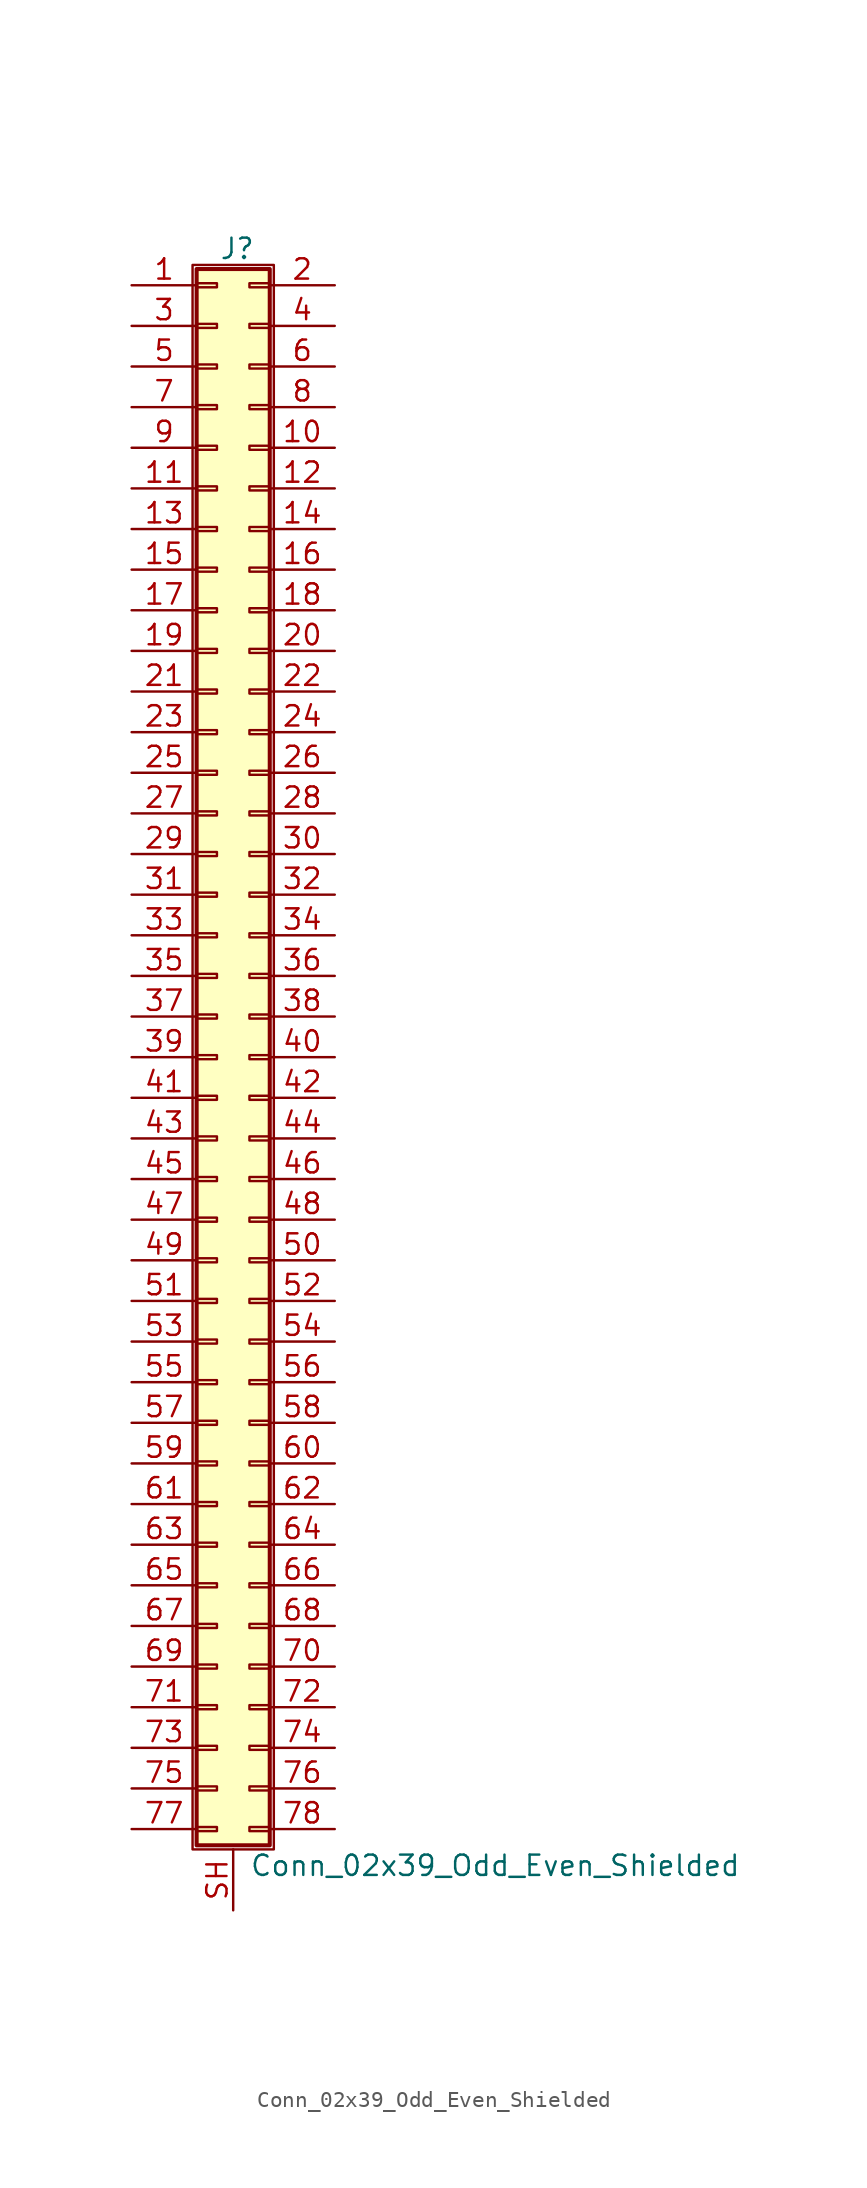
<source format=kicad_sym>
(kicad_symbol_lib
  (version 20211014)
  (generator kicad_symbol_editor)
  (symbol "Conn_02x39_Odd_Even_Shielded"
    (pin_names
      (offset 1.016) hide)
    (property "Reference" "J"
      (at 1.524 50.546 0)
      (effects (font (size 1.27 1.27))))
    (property "Value" "Conn_02x39_Odd_Even_Shielded"
      (at 2.286 -50.546 0)
      (effects (font (size 1.27 1.27)) (justify left)))
    (symbol "Conn_02x39_Odd_Even_Shielded_1_1"
      (rectangle (start -1.27 49.53) (end 3.81 -49.53) (stroke (width 0.152) (type default) (color 0 0 0 0)) (fill (type none)))
      (rectangle (start -1.016 -48.133) (end 0.254 -48.387) (stroke (width 0.152) (type default) (color 0 0 0 0)) (fill (type none)))
      (rectangle (start -1.016 -45.593) (end 0.254 -45.847) (stroke (width 0.152) (type default) (color 0 0 0 0)) (fill (type none)))
      (rectangle (start -1.016 -43.053) (end 0.254 -43.307) (stroke (width 0.152) (type default) (color 0 0 0 0)) (fill (type none)))
      (rectangle (start -1.016 -40.513) (end 0.254 -40.767) (stroke (width 0.152) (type default) (color 0 0 0 0)) (fill (type none)))
      (rectangle (start -1.016 -37.973) (end 0.254 -38.227) (stroke (width 0.152) (type default) (color 0 0 0 0)) (fill (type none)))
      (rectangle (start -1.016 -35.433) (end 0.254 -35.687) (stroke (width 0.152) (type default) (color 0 0 0 0)) (fill (type none)))
      (rectangle (start -1.016 -32.893) (end 0.254 -33.147) (stroke (width 0.152) (type default) (color 0 0 0 0)) (fill (type none)))
      (rectangle (start -1.016 -30.353) (end 0.254 -30.607) (stroke (width 0.152) (type default) (color 0 0 0 0)) (fill (type none)))
      (rectangle (start -1.016 -27.813) (end 0.254 -28.067) (stroke (width 0.152) (type default) (color 0 0 0 0)) (fill (type none)))
      (rectangle (start -1.016 -25.273) (end 0.254 -25.527) (stroke (width 0.152) (type default) (color 0 0 0 0)) (fill (type none)))
      (rectangle (start -1.016 -22.733) (end 0.254 -22.987) (stroke (width 0.152) (type default) (color 0 0 0 0)) (fill (type none)))
      (rectangle (start -1.016 -20.193) (end 0.254 -20.447) (stroke (width 0.152) (type default) (color 0 0 0 0)) (fill (type none)))
      (rectangle (start -1.016 -17.653) (end 0.254 -17.907) (stroke (width 0.152) (type default) (color 0 0 0 0)) (fill (type none)))
      (rectangle (start -1.016 -15.113) (end 0.254 -15.367) (stroke (width 0.152) (type default) (color 0 0 0 0)) (fill (type none)))
      (rectangle (start -1.016 -12.573) (end 0.254 -12.827) (stroke (width 0.152) (type default) (color 0 0 0 0)) (fill (type none)))
      (rectangle (start -1.016 -10.033) (end 0.254 -10.287) (stroke (width 0.152) (type default) (color 0 0 0 0)) (fill (type none)))
      (rectangle (start -1.016 -7.493) (end 0.254 -7.747) (stroke (width 0.152) (type default) (color 0 0 0 0)) (fill (type none)))
      (rectangle (start -1.016 -4.953) (end 0.254 -5.207) (stroke (width 0.152) (type default) (color 0 0 0 0)) (fill (type none)))
      (rectangle (start -1.016 -2.413) (end 0.254 -2.667) (stroke (width 0.152) (type default) (color 0 0 0 0)) (fill (type none)))
      (rectangle (start -1.016 0.127) (end 0.254 -0.127) (stroke (width 0.152) (type default) (color 0 0 0 0)) (fill (type none)))
      (rectangle (start -1.016 2.667) (end 0.254 2.413) (stroke (width 0.152) (type default) (color 0 0 0 0)) (fill (type none)))
      (rectangle (start -1.016 5.207) (end 0.254 4.953) (stroke (width 0.152) (type default) (color 0 0 0 0)) (fill (type none)))
      (rectangle (start -1.016 7.747) (end 0.254 7.493) (stroke (width 0.152) (type default) (color 0 0 0 0)) (fill (type none)))
      (rectangle (start -1.016 10.287) (end 0.254 10.033) (stroke (width 0.152) (type default) (color 0 0 0 0)) (fill (type none)))
      (rectangle (start -1.016 12.827) (end 0.254 12.573) (stroke (width 0.152) (type default) (color 0 0 0 0)) (fill (type none)))
      (rectangle (start -1.016 15.367) (end 0.254 15.113) (stroke (width 0.152) (type default) (color 0 0 0 0)) (fill (type none)))
      (rectangle (start -1.016 17.907) (end 0.254 17.653) (stroke (width 0.152) (type default) (color 0 0 0 0)) (fill (type none)))
      (rectangle (start -1.016 20.447) (end 0.254 20.193) (stroke (width 0.152) (type default) (color 0 0 0 0)) (fill (type none)))
      (rectangle (start -1.016 22.987) (end 0.254 22.733) (stroke (width 0.152) (type default) (color 0 0 0 0)) (fill (type none)))
      (rectangle (start -1.016 25.527) (end 0.254 25.273) (stroke (width 0.152) (type default) (color 0 0 0 0)) (fill (type none)))
      (rectangle (start -1.016 28.067) (end 0.254 27.813) (stroke (width 0.152) (type default) (color 0 0 0 0)) (fill (type none)))
      (rectangle (start -1.016 30.607) (end 0.254 30.353) (stroke (width 0.152) (type default) (color 0 0 0 0)) (fill (type none)))
      (rectangle (start -1.016 33.147) (end 0.254 32.893) (stroke (width 0.152) (type default) (color 0 0 0 0)) (fill (type none)))
      (rectangle (start -1.016 35.687) (end 0.254 35.433) (stroke (width 0.152) (type default) (color 0 0 0 0)) (fill (type none)))
      (rectangle (start -1.016 38.227) (end 0.254 37.973) (stroke (width 0.152) (type default) (color 0 0 0 0)) (fill (type none)))
      (rectangle (start -1.016 40.767) (end 0.254 40.513) (stroke (width 0.152) (type default) (color 0 0 0 0)) (fill (type none)))
      (rectangle (start -1.016 43.307) (end 0.254 43.053) (stroke (width 0.152) (type default) (color 0 0 0 0)) (fill (type none)))
      (rectangle (start -1.016 45.847) (end 0.254 45.593) (stroke (width 0.152) (type default) (color 0 0 0 0)) (fill (type none)))
      (rectangle (start -1.016 48.387) (end 0.254 48.133) (stroke (width 0.152) (type default) (color 0 0 0 0)) (fill (type none)))
      (rectangle (start -1.016 49.276) (end 3.556 -49.276) (stroke (width 0.254) (type default) (color 0 0 0 0)) (fill (type background)))
      (rectangle (start 3.556 -48.133) (end 2.286 -48.387) (stroke (width 0.152) (type default) (color 0 0 0 0)) (fill (type none)))
      (rectangle (start 3.556 -45.593) (end 2.286 -45.847) (stroke (width 0.152) (type default) (color 0 0 0 0)) (fill (type none)))
      (rectangle (start 3.556 -43.053) (end 2.286 -43.307) (stroke (width 0.152) (type default) (color 0 0 0 0)) (fill (type none)))
      (rectangle (start 3.556 -40.513) (end 2.286 -40.767) (stroke (width 0.152) (type default) (color 0 0 0 0)) (fill (type none)))
      (rectangle (start 3.556 -37.973) (end 2.286 -38.227) (stroke (width 0.152) (type default) (color 0 0 0 0)) (fill (type none)))
      (rectangle (start 3.556 -35.433) (end 2.286 -35.687) (stroke (width 0.152) (type default) (color 0 0 0 0)) (fill (type none)))
      (rectangle (start 3.556 -32.893) (end 2.286 -33.147) (stroke (width 0.152) (type default) (color 0 0 0 0)) (fill (type none)))
      (rectangle (start 3.556 -30.353) (end 2.286 -30.607) (stroke (width 0.152) (type default) (color 0 0 0 0)) (fill (type none)))
      (rectangle (start 3.556 -27.813) (end 2.286 -28.067) (stroke (width 0.152) (type default) (color 0 0 0 0)) (fill (type none)))
      (rectangle (start 3.556 -25.273) (end 2.286 -25.527) (stroke (width 0.152) (type default) (color 0 0 0 0)) (fill (type none)))
      (rectangle (start 3.556 -22.733) (end 2.286 -22.987) (stroke (width 0.152) (type default) (color 0 0 0 0)) (fill (type none)))
      (rectangle (start 3.556 -20.193) (end 2.286 -20.447) (stroke (width 0.152) (type default) (color 0 0 0 0)) (fill (type none)))
      (rectangle (start 3.556 -17.653) (end 2.286 -17.907) (stroke (width 0.152) (type default) (color 0 0 0 0)) (fill (type none)))
      (rectangle (start 3.556 -15.113) (end 2.286 -15.367) (stroke (width 0.152) (type default) (color 0 0 0 0)) (fill (type none)))
      (rectangle (start 3.556 -12.573) (end 2.286 -12.827) (stroke (width 0.152) (type default) (color 0 0 0 0)) (fill (type none)))
      (rectangle (start 3.556 -10.033) (end 2.286 -10.287) (stroke (width 0.152) (type default) (color 0 0 0 0)) (fill (type none)))
      (rectangle (start 3.556 -7.493) (end 2.286 -7.747) (stroke (width 0.152) (type default) (color 0 0 0 0)) (fill (type none)))
      (rectangle (start 3.556 -4.953) (end 2.286 -5.207) (stroke (width 0.152) (type default) (color 0 0 0 0)) (fill (type none)))
      (rectangle (start 3.556 -2.413) (end 2.286 -2.667) (stroke (width 0.152) (type default) (color 0 0 0 0)) (fill (type none)))
      (rectangle (start 3.556 0.127) (end 2.286 -0.127) (stroke (width 0.152) (type default) (color 0 0 0 0)) (fill (type none)))
      (rectangle (start 3.556 2.667) (end 2.286 2.413) (stroke (width 0.152) (type default) (color 0 0 0 0)) (fill (type none)))
      (rectangle (start 3.556 5.207) (end 2.286 4.953) (stroke (width 0.152) (type default) (color 0 0 0 0)) (fill (type none)))
      (rectangle (start 3.556 7.747) (end 2.286 7.493) (stroke (width 0.152) (type default) (color 0 0 0 0)) (fill (type none)))
      (rectangle (start 3.556 10.287) (end 2.286 10.033) (stroke (width 0.152) (type default) (color 0 0 0 0)) (fill (type none)))
      (rectangle (start 3.556 12.827) (end 2.286 12.573) (stroke (width 0.152) (type default) (color 0 0 0 0)) (fill (type none)))
      (rectangle (start 3.556 15.367) (end 2.286 15.113) (stroke (width 0.152) (type default) (color 0 0 0 0)) (fill (type none)))
      (rectangle (start 3.556 17.907) (end 2.286 17.653) (stroke (width 0.152) (type default) (color 0 0 0 0)) (fill (type none)))
      (rectangle (start 3.556 20.447) (end 2.286 20.193) (stroke (width 0.152) (type default) (color 0 0 0 0)) (fill (type none)))
      (rectangle (start 3.556 22.987) (end 2.286 22.733) (stroke (width 0.152) (type default) (color 0 0 0 0)) (fill (type none)))
      (rectangle (start 3.556 25.527) (end 2.286 25.273) (stroke (width 0.152) (type default) (color 0 0 0 0)) (fill (type none)))
      (rectangle (start 3.556 28.067) (end 2.286 27.813) (stroke (width 0.152) (type default) (color 0 0 0 0)) (fill (type none)))
      (rectangle (start 3.556 30.607) (end 2.286 30.353) (stroke (width 0.152) (type default) (color 0 0 0 0)) (fill (type none)))
      (rectangle (start 3.556 33.147) (end 2.286 32.893) (stroke (width 0.152) (type default) (color 0 0 0 0)) (fill (type none)))
      (rectangle (start 3.556 35.687) (end 2.286 35.433) (stroke (width 0.152) (type default) (color 0 0 0 0)) (fill (type none)))
      (rectangle (start 3.556 38.227) (end 2.286 37.973) (stroke (width 0.152) (type default) (color 0 0 0 0)) (fill (type none)))
      (rectangle (start 3.556 40.767) (end 2.286 40.513) (stroke (width 0.152) (type default) (color 0 0 0 0)) (fill (type none)))
      (rectangle (start 3.556 43.307) (end 2.286 43.053) (stroke (width 0.152) (type default) (color 0 0 0 0)) (fill (type none)))
      (rectangle (start 3.556 45.847) (end 2.286 45.593) (stroke (width 0.152) (type default) (color 0 0 0 0)) (fill (type none)))
      (rectangle (start 3.556 48.387) (end 2.286 48.133) (stroke (width 0.152) (type default) (color 0 0 0 0)) (fill (type none)))
      (pin passive line (at -5.08 48.26 0) (length 4.064) (name "Pin_1" (effects (font (size 1.27 1.27)))) (number "1" (effects (font (size 1.27 1.27)))))
      (pin passive line (at 7.62 38.1 180) (length 4.064) (name "Pin_10" (effects (font (size 1.27 1.27)))) (number "10" (effects (font (size 1.27 1.27)))))
      (pin passive line (at -5.08 35.56 0) (length 4.064) (name "Pin_11" (effects (font (size 1.27 1.27)))) (number "11" (effects (font (size 1.27 1.27)))))
      (pin passive line (at 7.62 35.56 180) (length 4.064) (name "Pin_12" (effects (font (size 1.27 1.27)))) (number "12" (effects (font (size 1.27 1.27)))))
      (pin passive line (at -5.08 33.02 0) (length 4.064) (name "Pin_13" (effects (font (size 1.27 1.27)))) (number "13" (effects (font (size 1.27 1.27)))))
      (pin passive line (at 7.62 33.02 180) (length 4.064) (name "Pin_14" (effects (font (size 1.27 1.27)))) (number "14" (effects (font (size 1.27 1.27)))))
      (pin passive line (at -5.08 30.48 0) (length 4.064) (name "Pin_15" (effects (font (size 1.27 1.27)))) (number "15" (effects (font (size 1.27 1.27)))))
      (pin passive line (at 7.62 30.48 180) (length 4.064) (name "Pin_16" (effects (font (size 1.27 1.27)))) (number "16" (effects (font (size 1.27 1.27)))))
      (pin passive line (at -5.08 27.94 0) (length 4.064) (name "Pin_17" (effects (font (size 1.27 1.27)))) (number "17" (effects (font (size 1.27 1.27)))))
      (pin passive line (at 7.62 27.94 180) (length 4.064) (name "Pin_18" (effects (font (size 1.27 1.27)))) (number "18" (effects (font (size 1.27 1.27)))))
      (pin passive line (at -5.08 25.4 0) (length 4.064) (name "Pin_19" (effects (font (size 1.27 1.27)))) (number "19" (effects (font (size 1.27 1.27)))))
      (pin passive line (at 7.62 48.26 180) (length 4.064) (name "Pin_2" (effects (font (size 1.27 1.27)))) (number "2" (effects (font (size 1.27 1.27)))))
      (pin passive line (at 7.62 25.4 180) (length 4.064) (name "Pin_20" (effects (font (size 1.27 1.27)))) (number "20" (effects (font (size 1.27 1.27)))))
      (pin passive line (at -5.08 22.86 0) (length 4.064) (name "Pin_21" (effects (font (size 1.27 1.27)))) (number "21" (effects (font (size 1.27 1.27)))))
      (pin passive line (at 7.62 22.86 180) (length 4.064) (name "Pin_22" (effects (font (size 1.27 1.27)))) (number "22" (effects (font (size 1.27 1.27)))))
      (pin passive line (at -5.08 20.32 0) (length 4.064) (name "Pin_23" (effects (font (size 1.27 1.27)))) (number "23" (effects (font (size 1.27 1.27)))))
      (pin passive line (at 7.62 20.32 180) (length 4.064) (name "Pin_24" (effects (font (size 1.27 1.27)))) (number "24" (effects (font (size 1.27 1.27)))))
      (pin passive line (at -5.08 17.78 0) (length 4.064) (name "Pin_25" (effects (font (size 1.27 1.27)))) (number "25" (effects (font (size 1.27 1.27)))))
      (pin passive line (at 7.62 17.78 180) (length 4.064) (name "Pin_26" (effects (font (size 1.27 1.27)))) (number "26" (effects (font (size 1.27 1.27)))))
      (pin passive line (at -5.08 15.24 0) (length 4.064) (name "Pin_27" (effects (font (size 1.27 1.27)))) (number "27" (effects (font (size 1.27 1.27)))))
      (pin passive line (at 7.62 15.24 180) (length 4.064) (name "Pin_28" (effects (font (size 1.27 1.27)))) (number "28" (effects (font (size 1.27 1.27)))))
      (pin passive line (at -5.08 12.7 0) (length 4.064) (name "Pin_29" (effects (font (size 1.27 1.27)))) (number "29" (effects (font (size 1.27 1.27)))))
      (pin passive line (at -5.08 45.72 0) (length 4.064) (name "Pin_3" (effects (font (size 1.27 1.27)))) (number "3" (effects (font (size 1.27 1.27)))))
      (pin passive line (at 7.62 12.7 180) (length 4.064) (name "Pin_30" (effects (font (size 1.27 1.27)))) (number "30" (effects (font (size 1.27 1.27)))))
      (pin passive line (at -5.08 10.16 0) (length 4.064) (name "Pin_31" (effects (font (size 1.27 1.27)))) (number "31" (effects (font (size 1.27 1.27)))))
      (pin passive line (at 7.62 10.16 180) (length 4.064) (name "Pin_32" (effects (font (size 1.27 1.27)))) (number "32" (effects (font (size 1.27 1.27)))))
      (pin passive line (at -5.08 7.62 0) (length 4.064) (name "Pin_33" (effects (font (size 1.27 1.27)))) (number "33" (effects (font (size 1.27 1.27)))))
      (pin passive line (at 7.62 7.62 180) (length 4.064) (name "Pin_34" (effects (font (size 1.27 1.27)))) (number "34" (effects (font (size 1.27 1.27)))))
      (pin passive line (at -5.08 5.08 0) (length 4.064) (name "Pin_35" (effects (font (size 1.27 1.27)))) (number "35" (effects (font (size 1.27 1.27)))))
      (pin passive line (at 7.62 5.08 180) (length 4.064) (name "Pin_36" (effects (font (size 1.27 1.27)))) (number "36" (effects (font (size 1.27 1.27)))))
      (pin passive line (at -5.08 2.54 0) (length 4.064) (name "Pin_37" (effects (font (size 1.27 1.27)))) (number "37" (effects (font (size 1.27 1.27)))))
      (pin passive line (at 7.62 2.54 180) (length 4.064) (name "Pin_38" (effects (font (size 1.27 1.27)))) (number "38" (effects (font (size 1.27 1.27)))))
      (pin passive line (at -5.08 0 0) (length 4.064) (name "Pin_39" (effects (font (size 1.27 1.27)))) (number "39" (effects (font (size 1.27 1.27)))))
      (pin passive line (at 7.62 45.72 180) (length 4.064) (name "Pin_4" (effects (font (size 1.27 1.27)))) (number "4" (effects (font (size 1.27 1.27)))))
      (pin passive line (at 7.62 0 180) (length 4.064) (name "Pin_40" (effects (font (size 1.27 1.27)))) (number "40" (effects (font (size 1.27 1.27)))))
      (pin passive line (at -5.08 -2.54 0) (length 4.064) (name "Pin_41" (effects (font (size 1.27 1.27)))) (number "41" (effects (font (size 1.27 1.27)))))
      (pin passive line (at 7.62 -2.54 180) (length 4.064) (name "Pin_42" (effects (font (size 1.27 1.27)))) (number "42" (effects (font (size 1.27 1.27)))))
      (pin passive line (at -5.08 -5.08 0) (length 4.064) (name "Pin_43" (effects (font (size 1.27 1.27)))) (number "43" (effects (font (size 1.27 1.27)))))
      (pin passive line (at 7.62 -5.08 180) (length 4.064) (name "Pin_44" (effects (font (size 1.27 1.27)))) (number "44" (effects (font (size 1.27 1.27)))))
      (pin passive line (at -5.08 -7.62 0) (length 4.064) (name "Pin_45" (effects (font (size 1.27 1.27)))) (number "45" (effects (font (size 1.27 1.27)))))
      (pin passive line (at 7.62 -7.62 180) (length 4.064) (name "Pin_46" (effects (font (size 1.27 1.27)))) (number "46" (effects (font (size 1.27 1.27)))))
      (pin passive line (at -5.08 -10.16 0) (length 4.064) (name "Pin_47" (effects (font (size 1.27 1.27)))) (number "47" (effects (font (size 1.27 1.27)))))
      (pin passive line (at 7.62 -10.16 180) (length 4.064) (name "Pin_48" (effects (font (size 1.27 1.27)))) (number "48" (effects (font (size 1.27 1.27)))))
      (pin passive line (at -5.08 -12.7 0) (length 4.064) (name "Pin_49" (effects (font (size 1.27 1.27)))) (number "49" (effects (font (size 1.27 1.27)))))
      (pin passive line (at -5.08 43.18 0) (length 4.064) (name "Pin_5" (effects (font (size 1.27 1.27)))) (number "5" (effects (font (size 1.27 1.27)))))
      (pin passive line (at 7.62 -12.7 180) (length 4.064) (name "Pin_50" (effects (font (size 1.27 1.27)))) (number "50" (effects (font (size 1.27 1.27)))))
      (pin passive line (at -5.08 -15.24 0) (length 4.064) (name "Pin_51" (effects (font (size 1.27 1.27)))) (number "51" (effects (font (size 1.27 1.27)))))
      (pin passive line (at 7.62 -15.24 180) (length 4.064) (name "Pin_52" (effects (font (size 1.27 1.27)))) (number "52" (effects (font (size 1.27 1.27)))))
      (pin passive line (at -5.08 -17.78 0) (length 4.064) (name "Pin_53" (effects (font (size 1.27 1.27)))) (number "53" (effects (font (size 1.27 1.27)))))
      (pin passive line (at 7.62 -17.78 180) (length 4.064) (name "Pin_54" (effects (font (size 1.27 1.27)))) (number "54" (effects (font (size 1.27 1.27)))))
      (pin passive line (at -5.08 -20.32 0) (length 4.064) (name "Pin_55" (effects (font (size 1.27 1.27)))) (number "55" (effects (font (size 1.27 1.27)))))
      (pin passive line (at 7.62 -20.32 180) (length 4.064) (name "Pin_56" (effects (font (size 1.27 1.27)))) (number "56" (effects (font (size 1.27 1.27)))))
      (pin passive line (at -5.08 -22.86 0) (length 4.064) (name "Pin_57" (effects (font (size 1.27 1.27)))) (number "57" (effects (font (size 1.27 1.27)))))
      (pin passive line (at 7.62 -22.86 180) (length 4.064) (name "Pin_58" (effects (font (size 1.27 1.27)))) (number "58" (effects (font (size 1.27 1.27)))))
      (pin passive line (at -5.08 -25.4 0) (length 4.064) (name "Pin_59" (effects (font (size 1.27 1.27)))) (number "59" (effects (font (size 1.27 1.27)))))
      (pin passive line (at 7.62 43.18 180) (length 4.064) (name "Pin_6" (effects (font (size 1.27 1.27)))) (number "6" (effects (font (size 1.27 1.27)))))
      (pin passive line (at 7.62 -25.4 180) (length 4.064) (name "Pin_60" (effects (font (size 1.27 1.27)))) (number "60" (effects (font (size 1.27 1.27)))))
      (pin passive line (at -5.08 -27.94 0) (length 4.064) (name "Pin_61" (effects (font (size 1.27 1.27)))) (number "61" (effects (font (size 1.27 1.27)))))
      (pin passive line (at 7.62 -27.94 180) (length 4.064) (name "Pin_62" (effects (font (size 1.27 1.27)))) (number "62" (effects (font (size 1.27 1.27)))))
      (pin passive line (at -5.08 -30.48 0) (length 4.064) (name "Pin_63" (effects (font (size 1.27 1.27)))) (number "63" (effects (font (size 1.27 1.27)))))
      (pin passive line (at 7.62 -30.48 180) (length 4.064) (name "Pin_64" (effects (font (size 1.27 1.27)))) (number "64" (effects (font (size 1.27 1.27)))))
      (pin passive line (at -5.08 -33.02 0) (length 4.064) (name "Pin_65" (effects (font (size 1.27 1.27)))) (number "65" (effects (font (size 1.27 1.27)))))
      (pin passive line (at 7.62 -33.02 180) (length 4.064) (name "Pin_66" (effects (font (size 1.27 1.27)))) (number "66" (effects (font (size 1.27 1.27)))))
      (pin passive line (at -5.08 -35.56 0) (length 4.064) (name "Pin_67" (effects (font (size 1.27 1.27)))) (number "67" (effects (font (size 1.27 1.27)))))
      (pin passive line (at 7.62 -35.56 180) (length 4.064) (name "Pin_68" (effects (font (size 1.27 1.27)))) (number "68" (effects (font (size 1.27 1.27)))))
      (pin passive line (at -5.08 -38.1 0) (length 4.064) (name "Pin_69" (effects (font (size 1.27 1.27)))) (number "69" (effects (font (size 1.27 1.27)))))
      (pin passive line (at -5.08 40.64 0) (length 4.064) (name "Pin_7" (effects (font (size 1.27 1.27)))) (number "7" (effects (font (size 1.27 1.27)))))
      (pin passive line (at 7.62 -38.1 180) (length 4.064) (name "Pin_70" (effects (font (size 1.27 1.27)))) (number "70" (effects (font (size 1.27 1.27)))))
      (pin passive line (at -5.08 -40.64 0) (length 4.064) (name "Pin_71" (effects (font (size 1.27 1.27)))) (number "71" (effects (font (size 1.27 1.27)))))
      (pin passive line (at 7.62 -40.64 180) (length 4.064) (name "Pin_72" (effects (font (size 1.27 1.27)))) (number "72" (effects (font (size 1.27 1.27)))))
      (pin passive line (at -5.08 -43.18 0) (length 4.064) (name "Pin_73" (effects (font (size 1.27 1.27)))) (number "73" (effects (font (size 1.27 1.27)))))
      (pin passive line (at 7.62 -43.18 180) (length 4.064) (name "Pin_74" (effects (font (size 1.27 1.27)))) (number "74" (effects (font (size 1.27 1.27)))))
      (pin passive line (at -5.08 -45.72 0) (length 4.064) (name "Pin_75" (effects (font (size 1.27 1.27)))) (number "75" (effects (font (size 1.27 1.27)))))
      (pin passive line (at 7.62 -45.72 180) (length 4.064) (name "Pin_76" (effects (font (size 1.27 1.27)))) (number "76" (effects (font (size 1.27 1.27)))))
      (pin passive line (at -5.08 -48.26 0) (length 4.064) (name "Pin_77" (effects (font (size 1.27 1.27)))) (number "77" (effects (font (size 1.27 1.27)))))
      (pin passive line (at 7.62 -48.26 180) (length 4.064) (name "Pin_78" (effects (font (size 1.27 1.27)))) (number "78" (effects (font (size 1.27 1.27)))))
      (pin passive line (at 7.62 40.64 180) (length 4.064) (name "Pin_8" (effects (font (size 1.27 1.27)))) (number "8" (effects (font (size 1.27 1.27)))))
      (pin passive line (at -5.08 38.1 0) (length 4.064) (name "Pin_9" (effects (font (size 1.27 1.27)))) (number "9" (effects (font (size 1.27 1.27)))))
      (pin passive line (at 1.27 -53.34 90) (length 3.81) (name "Shield" (effects (font (size 1.27 1.27)))) (number "SH" (effects (font (size 1.27 1.27))))))))
</source>
